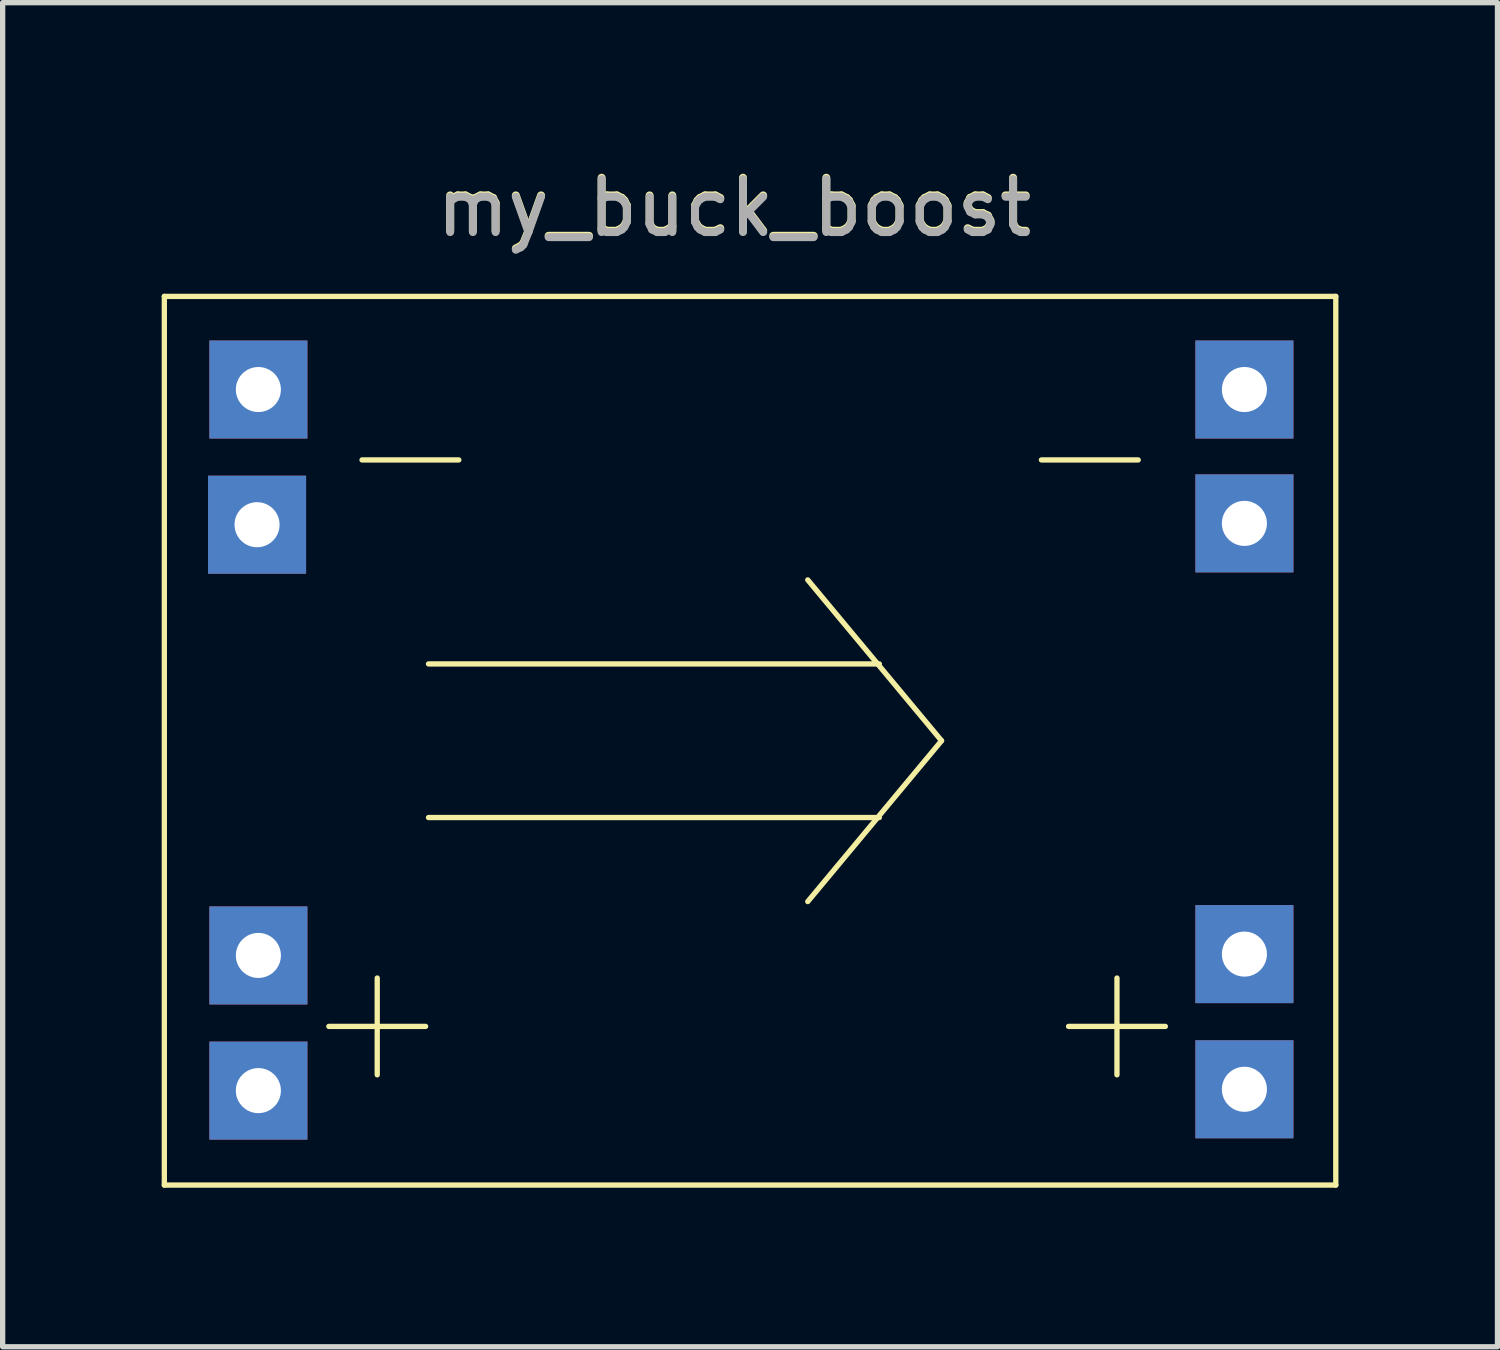
<source format=kicad_pcb>
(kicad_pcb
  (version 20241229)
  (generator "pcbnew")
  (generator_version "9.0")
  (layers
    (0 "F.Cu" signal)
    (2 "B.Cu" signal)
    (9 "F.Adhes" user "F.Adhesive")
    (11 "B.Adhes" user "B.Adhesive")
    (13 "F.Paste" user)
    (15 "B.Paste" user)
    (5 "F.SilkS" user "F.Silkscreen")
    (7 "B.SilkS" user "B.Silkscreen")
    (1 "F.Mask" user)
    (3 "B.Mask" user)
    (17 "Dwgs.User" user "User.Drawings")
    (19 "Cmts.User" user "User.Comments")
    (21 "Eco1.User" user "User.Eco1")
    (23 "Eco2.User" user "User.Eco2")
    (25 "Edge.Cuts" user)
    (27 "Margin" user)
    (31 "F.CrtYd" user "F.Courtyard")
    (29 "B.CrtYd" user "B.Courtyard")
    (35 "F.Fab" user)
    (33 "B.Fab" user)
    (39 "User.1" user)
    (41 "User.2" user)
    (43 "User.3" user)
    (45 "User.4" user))
  (footprint "my_buck_boost"
    (layer "F.Cu")
    (at 11.099 10.923)
    (property "Reference" "my_buck_boost" (at -0.3 -10.075 0) (layer "F.SilkS") (effects (font (size 1 1) (thickness 0.15))))
    (attr through_hole)
    (fp_line (start -11.049 -8.382) (end -11.049 8.382) (stroke (width 0.1) (type solid)) (layer "F.SilkS"))
    (fp_line (start -11.049 8.382) (end 11.049 8.382) (stroke (width 0.1) (type solid)) (layer "F.SilkS"))
    (fp_line (start -7.946 5.389) (end -6.12 5.389) (stroke (width 0.1) (type solid)) (layer "F.SilkS"))
    (fp_line (start -7.32 -5.297) (end -5.494 -5.297) (stroke (width 0.1) (type solid)) (layer "F.SilkS"))
    (fp_line (start -7.033 4.476) (end -7.033 6.302) (stroke (width 0.1) (type solid)) (layer "F.SilkS"))
    (fp_line (start -6.066 -1.449) (end 2.439 -1.449) (stroke (width 0.1) (type solid)) (layer "F.SilkS"))
    (fp_line (start -6.066 1.449) (end 2.439 1.449) (stroke (width 0.1) (type solid)) (layer "F.SilkS"))
    (fp_line (start 3.612 0) (end 1.088 -3.034) (stroke (width 0.1) (type solid)) (layer "F.SilkS"))
    (fp_line (start 3.612 0) (end 1.088 3.034) (stroke (width 0.1) (type solid)) (layer "F.SilkS"))
    (fp_line (start 5.496 -5.297) (end 7.322 -5.297) (stroke (width 0.1) (type solid)) (layer "F.SilkS"))
    (fp_line (start 6.008 5.389) (end 7.834 5.389) (stroke (width 0.1) (type solid)) (layer "F.SilkS"))
    (fp_line (start 6.921 4.476) (end 6.921 6.302) (stroke (width 0.1) (type solid)) (layer "F.SilkS"))
    (fp_line (start 11.049 -8.382) (end -11.049 -8.382) (stroke (width 0.1) (type solid)) (layer "F.SilkS"))
    (fp_line (start 11.049 8.382) (end 11.049 -8.382) (stroke (width 0.1) (type solid)) (layer "F.SilkS"))
    (fp_text user "${REFERENCE}" (at -0.3 -10.05 0) (layer "F.Fab") (effects (font (size 1 1) (thickness 0.15))))
    (pad "1" thru_hole rect (at -9.275 -6.625) (size 1.85 1.85) (drill 0.85) (layers "*.Cu" "*.Mask"))
    (pad "2" thru_hole rect (at -9.3 -4.075) (size 1.85 1.85) (drill 0.85) (layers "*.Cu" "*.Mask"))
    (pad "3" thru_hole rect (at -9.275 4.05) (size 1.85 1.85) (drill 0.85) (layers "*.Cu" "*.Mask"))
    (pad "4" thru_hole rect (at -9.275 6.6) (size 1.85 1.85) (drill 0.85) (layers "*.Cu" "*.Mask"))
    (pad "5" thru_hole rect (at 9.325 -6.625) (size 1.85 1.85) (drill 0.85) (layers "*.Cu" "*.Mask"))
    (pad "6" thru_hole rect (at 9.325 -4.1) (size 1.85 1.85) (drill 0.85) (layers "*.Cu" "*.Mask"))
    (pad "7" thru_hole rect (at 9.325 4.025) (size 1.85 1.85) (drill 0.85) (layers "*.Cu" "*.Mask"))
    (pad "8" thru_hole rect (at 9.325 6.575) (size 1.85 1.85) (drill 0.85) (layers "*.Cu" "*.Mask")))
  (gr_rect
    (start -3 -3)
    (end 25.198 22.355)
    (stroke (width 0.1) (type default))
    (fill no)
    (layer "Edge.Cuts")))
</source>
